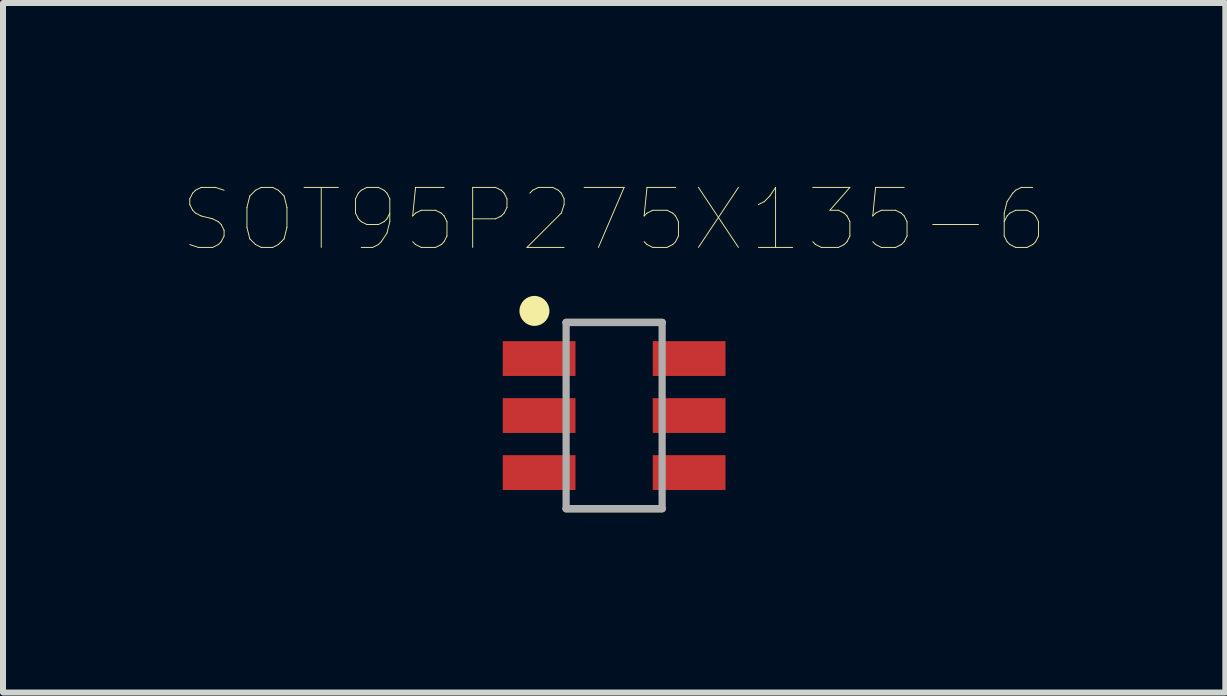
<source format=kicad_pcb>
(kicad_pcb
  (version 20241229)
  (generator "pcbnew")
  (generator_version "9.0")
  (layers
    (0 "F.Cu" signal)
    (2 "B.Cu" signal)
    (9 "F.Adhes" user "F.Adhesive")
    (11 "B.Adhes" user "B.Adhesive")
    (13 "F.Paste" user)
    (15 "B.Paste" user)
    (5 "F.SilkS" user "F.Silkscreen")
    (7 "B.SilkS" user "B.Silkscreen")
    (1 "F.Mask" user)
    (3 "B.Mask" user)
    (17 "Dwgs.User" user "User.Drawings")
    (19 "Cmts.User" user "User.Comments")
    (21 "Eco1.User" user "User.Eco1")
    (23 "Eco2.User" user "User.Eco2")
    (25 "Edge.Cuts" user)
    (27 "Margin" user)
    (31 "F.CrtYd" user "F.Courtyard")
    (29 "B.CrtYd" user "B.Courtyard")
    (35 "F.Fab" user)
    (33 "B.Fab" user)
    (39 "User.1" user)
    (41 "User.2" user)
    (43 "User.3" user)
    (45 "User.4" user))
  (footprint "SOT95P275X135-6"
    (layer "F.Cu")
    (at 7.184 3.875)
    (property "Reference" "SOT95P275X135-6" (at 0 -3.264 0) (layer "F.SilkS") (effects (font (size 1 1) (thickness 0.015))))
    (attr through_hole)
    (fp_line (start -0.8 -1.554) (end 0.8 -1.554) (stroke (width 0.12) (type solid)) (layer "F.SilkS"))
    (fp_line (start -0.8 1.554) (end 0.8 1.554) (stroke (width 0.12) (type solid)) (layer "F.SilkS"))
    (fp_circle (center -1.328 -1.744) (end -1.078 -1.744) (stroke (width 0) (type solid)) (fill yes) (layer "F.SilkS"))
    (fp_line (start -0.8 -1.55) (end 0.8 -1.55) (stroke (width 0.12) (type solid)) (layer "F.Fab"))
    (fp_line (start -0.8 1.55) (end -0.8 -1.55) (stroke (width 0.12) (type solid)) (layer "F.Fab"))
    (fp_line (start 0.8 -1.55) (end 0.8 1.55) (stroke (width 0.12) (type solid)) (layer "F.Fab"))
    (fp_line (start 0.8 1.55) (end -0.8 1.55) (stroke (width 0.12) (type solid)) (layer "F.Fab"))
    (pad "1" smd rect (at -1.25 -0.95) (size 1.212 0.58) (layers "F.Cu" "F.Mask" "F.Paste"))
    (pad "2" smd rect (at -1.25 0) (size 1.212 0.58) (layers "F.Cu" "F.Mask" "F.Paste"))
    (pad "3" smd rect (at -1.25 0.95) (size 1.212 0.58) (layers "F.Cu" "F.Mask" "F.Paste"))
    (pad "4" smd rect (at 1.25 0.95) (size 1.212 0.58) (layers "F.Cu" "F.Mask" "F.Paste"))
    (pad "5" smd rect (at 1.25 0) (size 1.212 0.58) (layers "F.Cu" "F.Mask" "F.Paste"))
    (pad "6" smd rect (at 1.25 -0.95) (size 1.212 0.58) (layers "F.Cu" "F.Mask" "F.Paste")))
  (gr_rect
    (start -3 -3)
    (end 17.369 8.49)
    (stroke (width 0.1) (type default))
    (fill no)
    (layer "Edge.Cuts")))
</source>
